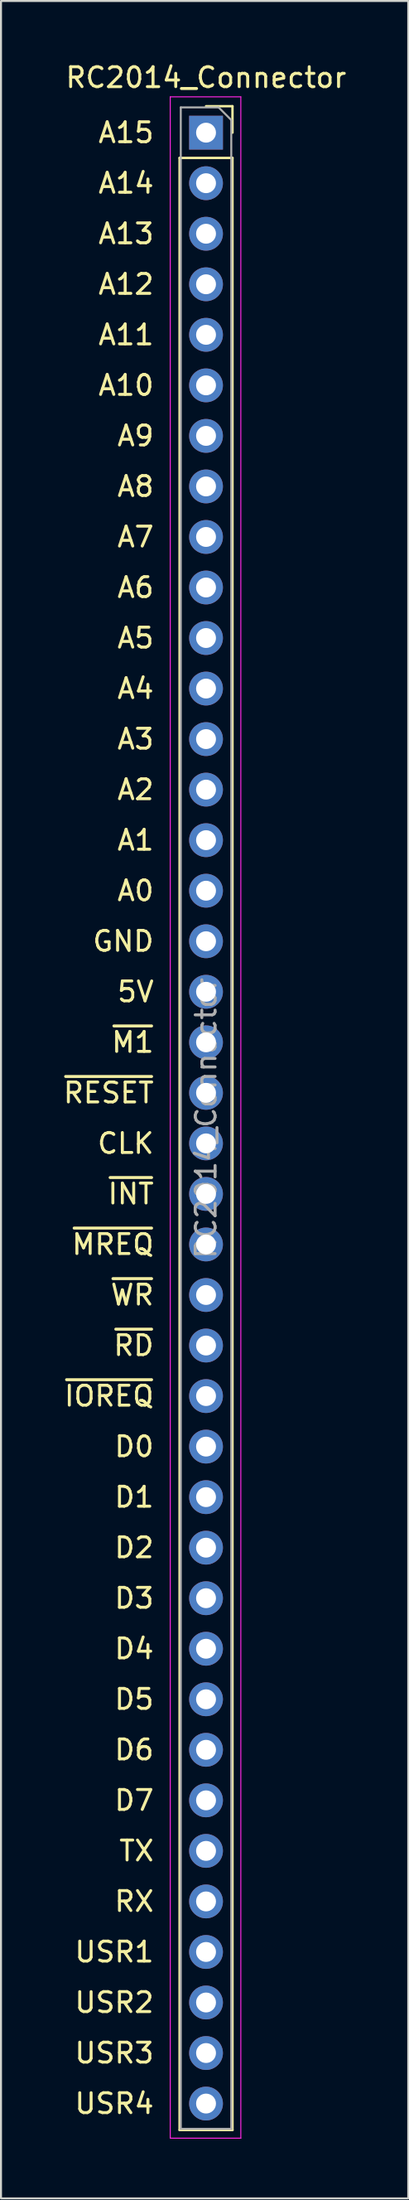
<source format=kicad_pcb>
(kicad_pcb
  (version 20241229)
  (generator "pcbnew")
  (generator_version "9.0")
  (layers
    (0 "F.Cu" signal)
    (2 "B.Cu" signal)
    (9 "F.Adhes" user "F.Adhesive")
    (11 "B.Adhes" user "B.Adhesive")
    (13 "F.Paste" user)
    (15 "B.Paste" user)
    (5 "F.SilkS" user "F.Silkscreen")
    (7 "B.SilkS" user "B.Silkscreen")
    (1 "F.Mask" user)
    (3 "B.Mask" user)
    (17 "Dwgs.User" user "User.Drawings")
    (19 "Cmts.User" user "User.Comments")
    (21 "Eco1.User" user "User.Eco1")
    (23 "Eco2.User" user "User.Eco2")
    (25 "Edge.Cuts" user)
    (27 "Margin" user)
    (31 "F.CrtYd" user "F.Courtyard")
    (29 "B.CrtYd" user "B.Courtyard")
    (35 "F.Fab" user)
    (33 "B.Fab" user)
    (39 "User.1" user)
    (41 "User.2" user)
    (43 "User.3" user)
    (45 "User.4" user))
  (footprint "RC2014_Connector"
    (layer "F.Cu")
    (at 7.314 3.618)
    (property "Reference" "RC2014_Connector" (at 0 -2.77 0) (layer "F.SilkS") (effects (font (size 1 1) (thickness 0.15))))
    (attr through_hole)
    (fp_line (start -1.33 1.27) (end -1.33 100.39) (stroke (width 0.12) (type solid)) (layer "F.SilkS"))
    (fp_line (start -1.33 1.27) (end 1.33 1.27) (stroke (width 0.12) (type solid)) (layer "F.SilkS"))
    (fp_line (start -1.33 100.39) (end 1.33 100.39) (stroke (width 0.12) (type solid)) (layer "F.SilkS"))
    (fp_line (start 0 -1.33) (end 1.33 -1.33) (stroke (width 0.12) (type solid)) (layer "F.SilkS"))
    (fp_line (start 1.33 -1.33) (end 1.33 0) (stroke (width 0.12) (type solid)) (layer "F.SilkS"))
    (fp_line (start 1.33 1.27) (end 1.33 100.39) (stroke (width 0.12) (type solid)) (layer "F.SilkS"))
    (fp_line (start -1.8 -1.8) (end 1.75 -1.8) (stroke (width 0.05) (type solid)) (layer "F.CrtYd"))
    (fp_line (start -1.8 100.8) (end -1.8 -1.8) (stroke (width 0.05) (type solid)) (layer "F.CrtYd"))
    (fp_line (start 1.75 -1.8) (end 1.75 100.8) (stroke (width 0.05) (type solid)) (layer "F.CrtYd"))
    (fp_line (start 1.75 100.8) (end -1.8 100.8) (stroke (width 0.05) (type solid)) (layer "F.CrtYd"))
    (fp_line (start -1.27 -1.27) (end 0.635 -1.27) (stroke (width 0.1) (type solid)) (layer "F.Fab"))
    (fp_line (start -1.27 100.33) (end -1.27 -1.27) (stroke (width 0.1) (type solid)) (layer "F.Fab"))
    (fp_line (start 0.635 -1.27) (end 1.27 -0.635) (stroke (width 0.1) (type solid)) (layer "F.Fab"))
    (fp_line (start 1.27 -0.635) (end 1.27 100.33) (stroke (width 0.1) (type solid)) (layer "F.Fab"))
    (fp_line (start 1.27 100.33) (end -1.27 100.33) (stroke (width 0.1) (type solid)) (layer "F.Fab"))
    (fp_text user "A1" (at -2.54 35.56 0) (layer "F.SilkS") (effects (font (size 1 1) (thickness 0.15)) (justify right)))
    (fp_text user "GND" (at -2.54 40.64 0) (layer "F.SilkS") (effects (font (size 1 1) (thickness 0.15)) (justify right)))
    (fp_text user "A3" (at -2.54 30.48 0) (layer "F.SilkS") (effects (font (size 1 1) (thickness 0.15)) (justify right)))
    (fp_text user "TX" (at -2.54 86.36 0) (layer "F.SilkS") (effects (font (size 1 1) (thickness 0.15)) (justify right)))
    (fp_text user "USR4" (at -2.54 99.06 0) (layer "F.SilkS") (effects (font (size 1 1) (thickness 0.15)) (justify right)))
    (fp_text user "~{M1}" (at -2.54 45.72 0) (layer "F.SilkS") (effects (font (size 1 1) (thickness 0.15)) (justify right)))
    (fp_text user "~{IOREQ}" (at -2.54 63.5 0) (layer "F.SilkS") (effects (font (size 1 1) (thickness 0.15)) (justify right)))
    (fp_text user "A11" (at -2.54 10.16 0) (layer "F.SilkS") (effects (font (size 1 1) (thickness 0.15)) (justify right)))
    (fp_text user "A9" (at -2.54 15.24 0) (layer "F.SilkS") (effects (font (size 1 1) (thickness 0.15)) (justify right)))
    (fp_text user "USR1" (at -2.54 91.44 0) (layer "F.SilkS") (effects (font (size 1 1) (thickness 0.15)) (justify right)))
    (fp_text user "~{INT}" (at -2.54 53.34 0) (layer "F.SilkS") (effects (font (size 1 1) (thickness 0.15)) (justify right)))
    (fp_text user "D3" (at -2.54 73.66 0) (layer "F.SilkS") (effects (font (size 1 1) (thickness 0.15)) (justify right)))
    (fp_text user "A4" (at -2.54 27.94 0) (layer "F.SilkS") (effects (font (size 1 1) (thickness 0.15)) (justify right)))
    (fp_text user "D2" (at -2.54 71.12 0) (layer "F.SilkS") (effects (font (size 1 1) (thickness 0.15)) (justify right)))
    (fp_text user "D4" (at -2.54 76.2 0) (layer "F.SilkS") (effects (font (size 1 1) (thickness 0.15)) (justify right)))
    (fp_text user "A14" (at -2.54 2.54 0) (layer "F.SilkS") (effects (font (size 1 1) (thickness 0.15)) (justify right)))
    (fp_text user "~{RD}" (at -2.54 60.96 0) (layer "F.SilkS") (effects (font (size 1 1) (thickness 0.15)) (justify right)))
    (fp_text user "A0" (at -2.54 38.1 0) (layer "F.SilkS") (effects (font (size 1 1) (thickness 0.15)) (justify right)))
    (fp_text user "USR3" (at -2.54 96.52 0) (layer "F.SilkS") (effects (font (size 1 1) (thickness 0.15)) (justify right)))
    (fp_text user "A13" (at -2.54 5.08 0) (layer "F.SilkS") (effects (font (size 1 1) (thickness 0.15)) (justify right)))
    (fp_text user "A6" (at -2.54 22.86 0) (layer "F.SilkS") (effects (font (size 1 1) (thickness 0.15)) (justify right)))
    (fp_text user "CLK" (at -2.54 50.8 0) (layer "F.SilkS") (effects (font (size 1 1) (thickness 0.15)) (justify right)))
    (fp_text user "5V" (at -2.54 43.18 0) (layer "F.SilkS") (effects (font (size 1 1) (thickness 0.15)) (justify right)))
    (fp_text user "D7" (at -2.54 83.82 0) (layer "F.SilkS") (effects (font (size 1 1) (thickness 0.15)) (justify right)))
    (fp_text user "D0" (at -2.54 66.04 0) (layer "F.SilkS") (effects (font (size 1 1) (thickness 0.15)) (justify right)))
    (fp_text user "D5" (at -2.54 78.74 0) (layer "F.SilkS") (effects (font (size 1 1) (thickness 0.15)) (justify right)))
    (fp_text user "D6" (at -2.54 81.28 0) (layer "F.SilkS") (effects (font (size 1 1) (thickness 0.15)) (justify right)))
    (fp_text user "USR2" (at -2.54 93.98 0) (layer "F.SilkS") (effects (font (size 1 1) (thickness 0.15)) (justify right)))
    (fp_text user "A7" (at -2.54 20.32 0) (layer "F.SilkS") (effects (font (size 1 1) (thickness 0.15)) (justify right)))
    (fp_text user "A5" (at -2.54 25.4 0) (layer "F.SilkS") (effects (font (size 1 1) (thickness 0.15)) (justify right)))
    (fp_text user "A8" (at -2.54 17.78 0) (layer "F.SilkS") (effects (font (size 1 1) (thickness 0.15)) (justify right)))
    (fp_text user "~{WR}" (at -2.54 58.42 0) (layer "F.SilkS") (effects (font (size 1 1) (thickness 0.15)) (justify right)))
    (fp_text user "A12" (at -2.54 7.62 0) (layer "F.SilkS") (effects (font (size 1 1) (thickness 0.15)) (justify right)))
    (fp_text user "~{RESET}" (at -2.54 48.26 0) (layer "F.SilkS") (effects (font (size 1 1) (thickness 0.15)) (justify right)))
    (fp_text user "A2" (at -2.54 33.02 0) (layer "F.SilkS") (effects (font (size 1 1) (thickness 0.15)) (justify right)))
    (fp_text user "D1" (at -2.54 68.58 0) (layer "F.SilkS") (effects (font (size 1 1) (thickness 0.15)) (justify right)))
    (fp_text user "A10" (at -2.54 12.7 0) (layer "F.SilkS") (effects (font (size 1 1) (thickness 0.15)) (justify right)))
    (fp_text user "RX" (at -2.54 88.9 0) (layer "F.SilkS") (effects (font (size 1 1) (thickness 0.15)) (justify right)))
    (fp_text user "A15" (at -2.54 0 0) (layer "F.SilkS") (effects (font (size 1 1) (thickness 0.15)) (justify right)))
    (fp_text user "~{MREQ}" (at -2.54 55.88 0) (layer "F.SilkS") (effects (font (size 1 1) (thickness 0.15)) (justify right)))
    (fp_text user "${REFERENCE}" (at 0 49.53 90) (layer "F.Fab") (effects (font (size 1 1) (thickness 0.15))))
    (pad "1" thru_hole rect (at 0 0) (size 1.7 1.7) (drill 1) (layers "*.Cu" "*.Mask"))
    (pad "2" thru_hole oval (at 0 2.54) (size 1.7 1.7) (drill 1) (layers "*.Cu" "*.Mask"))
    (pad "3" thru_hole oval (at 0 5.08) (size 1.7 1.7) (drill 1) (layers "*.Cu" "*.Mask"))
    (pad "4" thru_hole oval (at 0 7.62) (size 1.7 1.7) (drill 1) (layers "*.Cu" "*.Mask"))
    (pad "5" thru_hole oval (at 0 10.16) (size 1.7 1.7) (drill 1) (layers "*.Cu" "*.Mask"))
    (pad "6" thru_hole oval (at 0 12.7) (size 1.7 1.7) (drill 1) (layers "*.Cu" "*.Mask"))
    (pad "7" thru_hole oval (at 0 15.24) (size 1.7 1.7) (drill 1) (layers "*.Cu" "*.Mask"))
    (pad "8" thru_hole oval (at 0 17.78) (size 1.7 1.7) (drill 1) (layers "*.Cu" "*.Mask"))
    (pad "9" thru_hole oval (at 0 20.32) (size 1.7 1.7) (drill 1) (layers "*.Cu" "*.Mask"))
    (pad "10" thru_hole oval (at 0 22.86) (size 1.7 1.7) (drill 1) (layers "*.Cu" "*.Mask"))
    (pad "11" thru_hole oval (at 0 25.4) (size 1.7 1.7) (drill 1) (layers "*.Cu" "*.Mask"))
    (pad "12" thru_hole oval (at 0 27.94) (size 1.7 1.7) (drill 1) (layers "*.Cu" "*.Mask"))
    (pad "13" thru_hole oval (at 0 30.48) (size 1.7 1.7) (drill 1) (layers "*.Cu" "*.Mask"))
    (pad "14" thru_hole oval (at 0 33.02) (size 1.7 1.7) (drill 1) (layers "*.Cu" "*.Mask"))
    (pad "15" thru_hole oval (at 0 35.56) (size 1.7 1.7) (drill 1) (layers "*.Cu" "*.Mask"))
    (pad "16" thru_hole oval (at 0 38.1) (size 1.7 1.7) (drill 1) (layers "*.Cu" "*.Mask"))
    (pad "17" thru_hole oval (at 0 40.64) (size 1.7 1.7) (drill 1) (layers "*.Cu" "*.Mask"))
    (pad "18" thru_hole oval (at 0 43.18) (size 1.7 1.7) (drill 1) (layers "*.Cu" "*.Mask"))
    (pad "19" thru_hole oval (at 0 45.72) (size 1.7 1.7) (drill 1) (layers "*.Cu" "*.Mask"))
    (pad "20" thru_hole oval (at 0 48.26) (size 1.7 1.7) (drill 1) (layers "*.Cu" "*.Mask"))
    (pad "21" thru_hole oval (at 0 50.8) (size 1.7 1.7) (drill 1) (layers "*.Cu" "*.Mask"))
    (pad "22" thru_hole oval (at 0 53.34) (size 1.7 1.7) (drill 1) (layers "*.Cu" "*.Mask"))
    (pad "23" thru_hole oval (at 0 55.88) (size 1.7 1.7) (drill 1) (layers "*.Cu" "*.Mask"))
    (pad "24" thru_hole oval (at 0 58.42) (size 1.7 1.7) (drill 1) (layers "*.Cu" "*.Mask"))
    (pad "25" thru_hole oval (at 0 60.96) (size 1.7 1.7) (drill 1) (layers "*.Cu" "*.Mask"))
    (pad "26" thru_hole oval (at 0 63.5) (size 1.7 1.7) (drill 1) (layers "*.Cu" "*.Mask"))
    (pad "27" thru_hole oval (at 0 66.04) (size 1.7 1.7) (drill 1) (layers "*.Cu" "*.Mask"))
    (pad "28" thru_hole oval (at 0 68.58) (size 1.7 1.7) (drill 1) (layers "*.Cu" "*.Mask"))
    (pad "29" thru_hole oval (at 0 71.12) (size 1.7 1.7) (drill 1) (layers "*.Cu" "*.Mask"))
    (pad "30" thru_hole oval (at 0 73.66) (size 1.7 1.7) (drill 1) (layers "*.Cu" "*.Mask"))
    (pad "31" thru_hole oval (at 0 76.2) (size 1.7 1.7) (drill 1) (layers "*.Cu" "*.Mask"))
    (pad "32" thru_hole oval (at 0 78.74) (size 1.7 1.7) (drill 1) (layers "*.Cu" "*.Mask"))
    (pad "33" thru_hole oval (at 0 81.28) (size 1.7 1.7) (drill 1) (layers "*.Cu" "*.Mask"))
    (pad "34" thru_hole oval (at 0 83.82) (size 1.7 1.7) (drill 1) (layers "*.Cu" "*.Mask"))
    (pad "35" thru_hole oval (at 0 86.36) (size 1.7 1.7) (drill 1) (layers "*.Cu" "*.Mask"))
    (pad "36" thru_hole oval (at 0 88.9) (size 1.7 1.7) (drill 1) (layers "*.Cu" "*.Mask"))
    (pad "37" thru_hole oval (at 0 91.44) (size 1.7 1.7) (drill 1) (layers "*.Cu" "*.Mask"))
    (pad "38" thru_hole oval (at 0 93.98) (size 1.7 1.7) (drill 1) (layers "*.Cu" "*.Mask"))
    (pad "39" thru_hole oval (at 0 96.52) (size 1.7 1.7) (drill 1) (layers "*.Cu" "*.Mask"))
    (pad "40" thru_hole oval (at 0 99.06) (size 1.7 1.7) (drill 1) (layers "*.Cu" "*.Mask")))
  (gr_rect
    (start -3 -3)
    (end 17.486 107.443)
    (stroke (width 0.1) (type default))
    (fill no)
    (layer "Edge.Cuts")))
</source>
